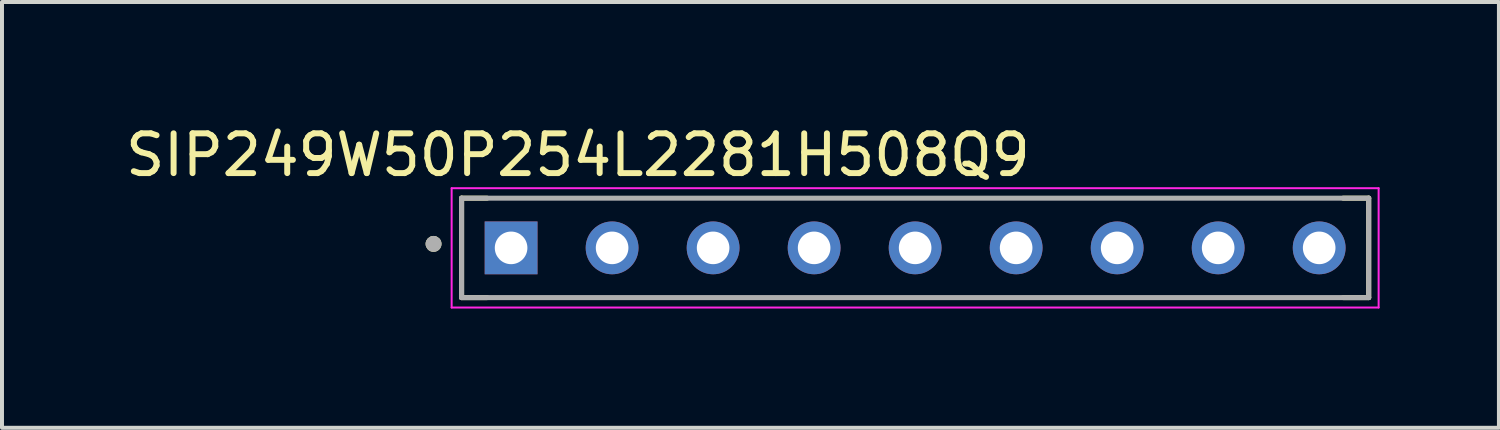
<source format=kicad_pcb>
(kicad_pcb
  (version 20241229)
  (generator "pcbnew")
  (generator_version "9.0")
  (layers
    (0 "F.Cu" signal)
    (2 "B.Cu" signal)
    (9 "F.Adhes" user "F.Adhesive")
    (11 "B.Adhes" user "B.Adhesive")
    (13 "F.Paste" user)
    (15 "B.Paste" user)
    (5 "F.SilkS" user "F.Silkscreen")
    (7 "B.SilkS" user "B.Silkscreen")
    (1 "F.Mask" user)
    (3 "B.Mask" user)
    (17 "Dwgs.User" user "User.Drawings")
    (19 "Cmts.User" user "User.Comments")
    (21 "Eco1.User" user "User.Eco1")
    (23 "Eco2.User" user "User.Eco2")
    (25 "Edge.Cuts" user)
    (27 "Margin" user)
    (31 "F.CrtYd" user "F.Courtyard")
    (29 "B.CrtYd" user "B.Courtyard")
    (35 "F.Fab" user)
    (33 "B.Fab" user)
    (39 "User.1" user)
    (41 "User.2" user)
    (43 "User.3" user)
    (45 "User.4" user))
  (footprint "SIP249W50P254L2281H508Q9"
    (layer "F.Cu")
    (at 19.962 3.183)
    (property "Reference" "SIP249W50P254L2281H508Q9" (at -8.48 -2.335 0) (layer "F.SilkS") (effects (font (size 1 1) (thickness 0.15))))
    (attr through_hole)
    (fp_line (start -11.405 -1.25) (end -10.765 -1.25) (stroke (width 0.127) (type solid)) (layer "F.SilkS"))
    (fp_line (start -11.405 1.25) (end -11.405 -1.25) (stroke (width 0.127) (type solid)) (layer "F.SilkS"))
    (fp_line (start -11.405 1.25) (end -10.765 1.25) (stroke (width 0.127) (type solid)) (layer "F.SilkS"))
    (fp_line (start 11.405 -1.25) (end 10.765 -1.25) (stroke (width 0.127) (type solid)) (layer "F.SilkS"))
    (fp_line (start 11.405 -1.25) (end 11.405 1.25) (stroke (width 0.127) (type solid)) (layer "F.SilkS"))
    (fp_line (start 11.405 1.25) (end 10.765 1.25) (stroke (width 0.127) (type solid)) (layer "F.SilkS"))
    (fp_circle (center -12.11 -0.1) (end -12.01 -0.1) (stroke (width 0.2) (type solid)) (fill no) (layer "F.SilkS"))
    (fp_line (start -11.655 -1.5) (end -11.655 1.5) (stroke (width 0.05) (type solid)) (layer "F.CrtYd"))
    (fp_line (start -11.655 1.5) (end 11.655 1.5) (stroke (width 0.05) (type solid)) (layer "F.CrtYd"))
    (fp_line (start 11.655 -1.5) (end -11.655 -1.5) (stroke (width 0.05) (type solid)) (layer "F.CrtYd"))
    (fp_line (start 11.655 1.5) (end 11.655 -1.5) (stroke (width 0.05) (type solid)) (layer "F.CrtYd"))
    (fp_line (start -11.405 -1.25) (end 11.405 -1.25) (stroke (width 0.127) (type solid)) (layer "F.Fab"))
    (fp_line (start -11.405 1.25) (end -11.405 -1.25) (stroke (width 0.127) (type solid)) (layer "F.Fab"))
    (fp_line (start 11.405 -1.25) (end 11.405 1.25) (stroke (width 0.127) (type solid)) (layer "F.Fab"))
    (fp_line (start 11.405 1.25) (end -11.405 1.25) (stroke (width 0.127) (type solid)) (layer "F.Fab"))
    (fp_circle (center -12.11 -0.1) (end -12.01 -0.1) (stroke (width 0.2) (type solid)) (fill no) (layer "F.Fab"))
    (pad "1" thru_hole rect (at -10.16 0) (size 1.328 1.328) (drill 0.82) (layers "*.Cu" "*.Mask"))
    (pad "2" thru_hole circle (at -7.62 0) (size 1.328 1.328) (drill 0.82) (layers "*.Cu" "*.Mask"))
    (pad "3" thru_hole circle (at -5.08 0) (size 1.328 1.328) (drill 0.82) (layers "*.Cu" "*.Mask"))
    (pad "4" thru_hole circle (at -2.54 0) (size 1.328 1.328) (drill 0.82) (layers "*.Cu" "*.Mask"))
    (pad "5" thru_hole circle (at 0 0) (size 1.328 1.328) (drill 0.82) (layers "*.Cu" "*.Mask"))
    (pad "6" thru_hole circle (at 2.54 0) (size 1.328 1.328) (drill 0.82) (layers "*.Cu" "*.Mask"))
    (pad "7" thru_hole circle (at 5.08 0) (size 1.328 1.328) (drill 0.82) (layers "*.Cu" "*.Mask"))
    (pad "8" thru_hole circle (at 7.62 0) (size 1.328 1.328) (drill 0.82) (layers "*.Cu" "*.Mask"))
    (pad "9" thru_hole circle (at 10.16 0) (size 1.328 1.328) (drill 0.82) (layers "*.Cu" "*.Mask")))
  (gr_rect
    (start -3 -3)
    (end 34.642 7.708)
    (stroke (width 0.1) (type default))
    (fill no)
    (layer "Edge.Cuts")))
</source>
